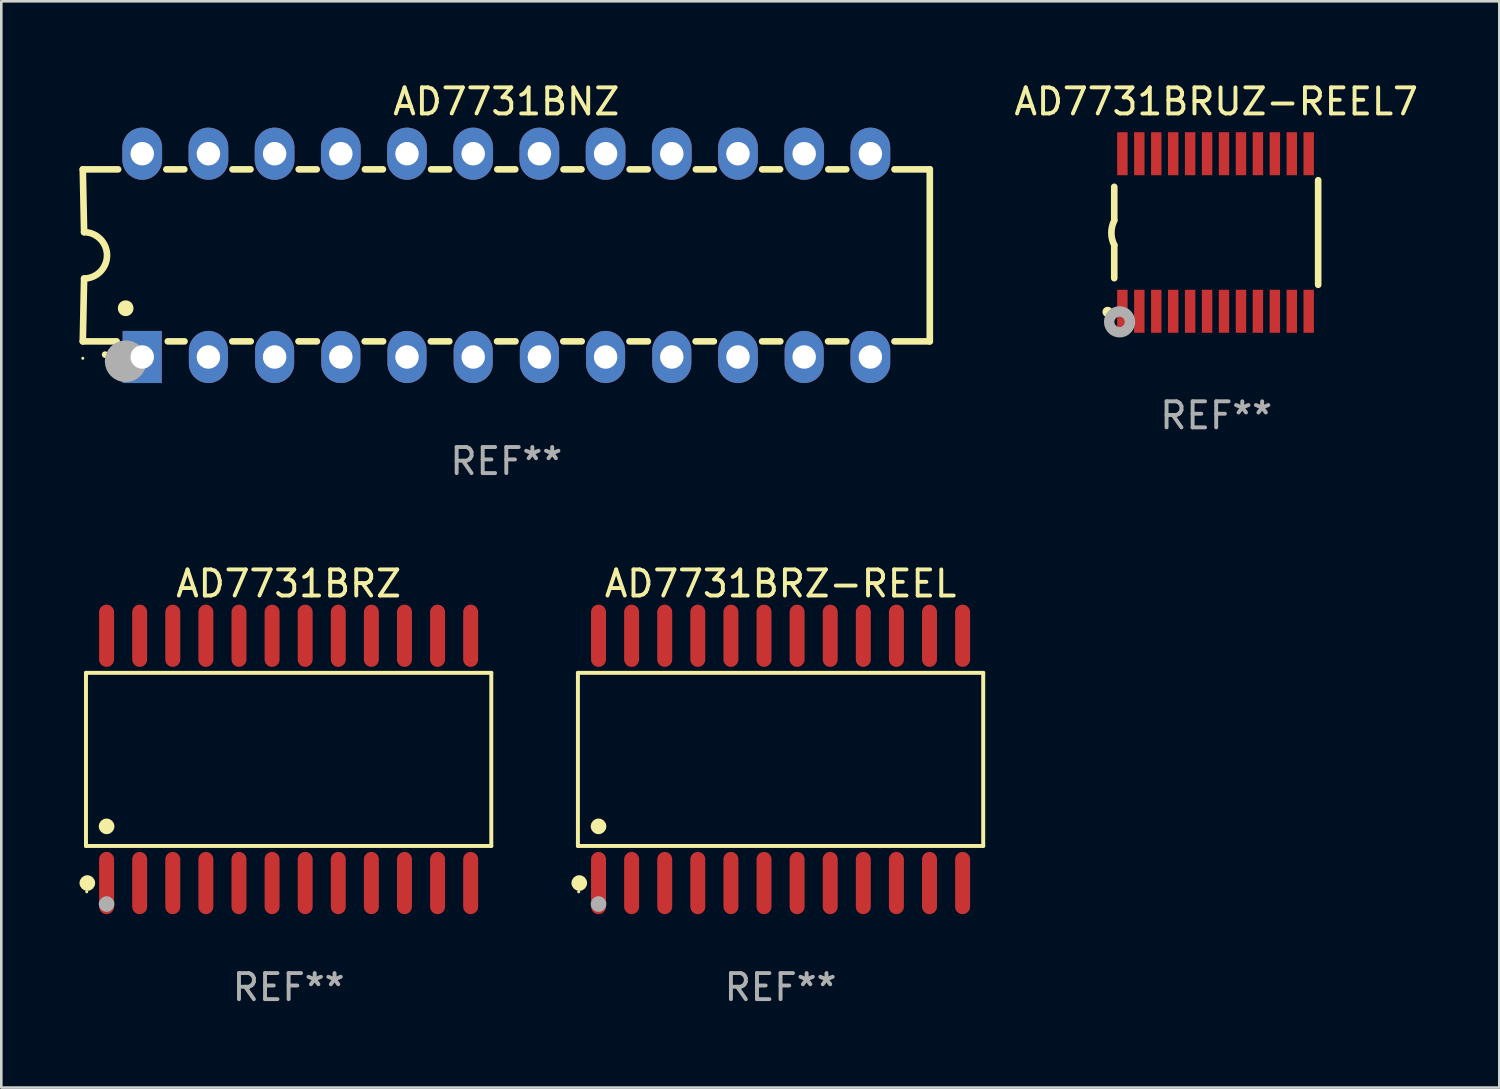
<source format=kicad_pcb>
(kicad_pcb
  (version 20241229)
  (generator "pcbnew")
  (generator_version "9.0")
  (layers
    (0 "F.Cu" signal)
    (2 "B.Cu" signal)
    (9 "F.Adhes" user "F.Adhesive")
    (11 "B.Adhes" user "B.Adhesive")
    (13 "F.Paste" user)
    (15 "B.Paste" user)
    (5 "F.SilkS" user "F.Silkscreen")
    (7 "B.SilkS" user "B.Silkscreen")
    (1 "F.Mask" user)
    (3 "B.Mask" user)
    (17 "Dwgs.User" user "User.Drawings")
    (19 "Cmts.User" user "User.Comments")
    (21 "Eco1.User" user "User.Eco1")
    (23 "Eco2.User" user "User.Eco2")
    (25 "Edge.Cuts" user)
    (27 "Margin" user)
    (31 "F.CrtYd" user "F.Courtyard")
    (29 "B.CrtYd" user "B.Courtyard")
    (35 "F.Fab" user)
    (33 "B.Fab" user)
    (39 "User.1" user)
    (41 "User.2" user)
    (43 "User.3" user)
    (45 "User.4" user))
  (footprint "AD7731BNZ"
    (layer "F.Cu")
    (at 16.377 6.748)
    (property "Reference" "AD7731BNZ" (at 0 -5.9 0) (layer "F.SilkS") (effects (font (size 1 1) (thickness 0.15))))
    (attr through_hole)
    (fp_line (start -16.25 -3.3) (end -16.2 -0.889) (stroke (width 0.254) (type solid)) (layer "F.SilkS"))
    (fp_line (start -16.25 -3.3) (end -14.895 -3.3) (stroke (width 0.254) (type solid)) (layer "F.SilkS"))
    (fp_line (start -16.25 3.3) (end -16.2 0.889) (stroke (width 0.254) (type solid)) (layer "F.SilkS"))
    (fp_line (start -16.25 3.3) (end -14.951 3.3) (stroke (width 0.254) (type solid)) (layer "F.SilkS"))
    (fp_line (start -13.045 -3.3) (end -12.355 -3.3) (stroke (width 0.254) (type solid)) (layer "F.SilkS"))
    (fp_line (start -12.989 3.3) (end -12.347 3.3) (stroke (width 0.254) (type solid)) (layer "F.SilkS"))
    (fp_line (start -10.514 3.3) (end -9.807 3.3) (stroke (width 0.254) (type solid)) (layer "F.SilkS"))
    (fp_line (start -10.505 -3.3) (end -9.815 -3.3) (stroke (width 0.254) (type solid)) (layer "F.SilkS"))
    (fp_line (start -7.974 3.3) (end -7.267 3.3) (stroke (width 0.254) (type solid)) (layer "F.SilkS"))
    (fp_line (start -7.965 -3.3) (end -7.275 -3.3) (stroke (width 0.254) (type solid)) (layer "F.SilkS"))
    (fp_line (start -5.434 3.3) (end -4.727 3.3) (stroke (width 0.254) (type solid)) (layer "F.SilkS"))
    (fp_line (start -5.425 -3.3) (end -4.735 -3.3) (stroke (width 0.254) (type solid)) (layer "F.SilkS"))
    (fp_line (start -2.894 3.3) (end -2.187 3.3) (stroke (width 0.254) (type solid)) (layer "F.SilkS"))
    (fp_line (start -2.885 -3.3) (end -2.195 -3.3) (stroke (width 0.254) (type solid)) (layer "F.SilkS"))
    (fp_line (start -0.354 3.3) (end 0.353 3.3) (stroke (width 0.254) (type solid)) (layer "F.SilkS"))
    (fp_line (start -0.345 -3.3) (end 0.345 -3.3) (stroke (width 0.254) (type solid)) (layer "F.SilkS"))
    (fp_line (start 2.186 3.3) (end 2.893 3.3) (stroke (width 0.254) (type solid)) (layer "F.SilkS"))
    (fp_line (start 2.195 -3.3) (end 2.885 -3.3) (stroke (width 0.254) (type solid)) (layer "F.SilkS"))
    (fp_line (start 4.726 3.3) (end 5.434 3.3) (stroke (width 0.254) (type solid)) (layer "F.SilkS"))
    (fp_line (start 4.735 -3.3) (end 5.425 -3.3) (stroke (width 0.254) (type solid)) (layer "F.SilkS"))
    (fp_line (start 7.266 3.3) (end 7.965 3.3) (stroke (width 0.254) (type solid)) (layer "F.SilkS"))
    (fp_line (start 7.275 -3.3) (end 7.965 -3.3) (stroke (width 0.254) (type solid)) (layer "F.SilkS"))
    (fp_line (start 9.815 -3.3) (end 10.505 -3.3) (stroke (width 0.254) (type solid)) (layer "F.SilkS"))
    (fp_line (start 9.815 3.3) (end 10.514 3.3) (stroke (width 0.254) (type solid)) (layer "F.SilkS"))
    (fp_line (start 12.346 3.3) (end 13.045 3.3) (stroke (width 0.254) (type solid)) (layer "F.SilkS"))
    (fp_line (start 12.355 -3.3) (end 13.045 -3.3) (stroke (width 0.254) (type solid)) (layer "F.SilkS"))
    (fp_line (start 16.25 -3.3) (end 14.895 -3.3) (stroke (width 0.254) (type solid)) (layer "F.SilkS"))
    (fp_line (start 16.25 -3.3) (end 16.25 3.3) (stroke (width 0.254) (type solid)) (layer "F.SilkS"))
    (fp_line (start 16.25 3.3) (end 14.895 3.3) (stroke (width 0.254) (type solid)) (layer "F.SilkS"))
    (fp_arc (start -16.201016 -0.890146) (mid -15.311429 -0.001055) (end -16.200025 0.889027) (stroke (width 0.254001) (type solid)) (layer "F.SilkS"))
    (fp_arc (start -15.394971 3.810033) (mid -15.394978 3.808763) (end -15.394971 3.807493) (stroke (width 0.25) (type solid)) (layer "F.SilkS"))
    (fp_arc (start -14.605029 2.032029) (mid -14.60504 2.029489) (end -14.605029 2.026949) (stroke (width 0.6) (type solid)) (layer "F.SilkS"))
    (fp_circle (center -16.25 3.95) (end -16.22 3.95) (stroke (width 0.06) (type solid)) (fill no) (layer "F.SilkS"))
    (fp_circle (center -14.605 4.064) (end -14.205 4.064) (stroke (width 0.8) (type solid)) (fill no) (layer "F.Fab"))
    (fp_text user "REF**" (at 0 7.9 0) (layer "F.Fab") (effects (font (size 1 1) (thickness 0.15))))
    (pad "1" thru_hole rect (at -13.97 3.9 90) (size 2 1.5) (drill 0.9) (layers "*.Cu" "*.Mask"))
    (pad "2" thru_hole oval (at -11.43 3.9 90) (size 2 1.5) (drill 0.9) (layers "*.Cu" "*.Mask"))
    (pad "3" thru_hole oval (at -8.89 3.9 90) (size 2 1.5) (drill 0.9) (layers "*.Cu" "*.Mask"))
    (pad "4" thru_hole oval (at -6.35 3.9 90) (size 2 1.5) (drill 0.9) (layers "*.Cu" "*.Mask"))
    (pad "5" thru_hole oval (at -3.81 3.9 90) (size 2 1.5) (drill 0.9) (layers "*.Cu" "*.Mask"))
    (pad "6" thru_hole oval (at -1.27 3.9 90) (size 2 1.5) (drill 0.9) (layers "*.Cu" "*.Mask"))
    (pad "7" thru_hole oval (at 1.27 3.9 90) (size 2 1.5) (drill 0.9) (layers "*.Cu" "*.Mask"))
    (pad "8" thru_hole oval (at 3.81 3.9 90) (size 2 1.5) (drill 0.9) (layers "*.Cu" "*.Mask"))
    (pad "9" thru_hole oval (at 6.35 3.9 90) (size 2 1.5) (drill 0.9) (layers "*.Cu" "*.Mask"))
    (pad "10" thru_hole oval (at 8.89 3.9 90) (size 2 1.524) (drill 0.9) (layers "*.Cu" "*.Mask"))
    (pad "11" thru_hole oval (at 11.43 3.9 90) (size 2 1.5) (drill 0.9) (layers "*.Cu" "*.Mask"))
    (pad "12" thru_hole oval (at 13.97 3.9 90) (size 2 1.524) (drill 0.9) (layers "*.Cu" "*.Mask"))
    (pad "13" thru_hole oval (at 13.97 -3.9 90) (size 2 1.524) (drill 0.9) (layers "*.Cu" "*.Mask"))
    (pad "14" thru_hole oval (at 11.43 -3.9 90) (size 2 1.524) (drill 0.9) (layers "*.Cu" "*.Mask"))
    (pad "15" thru_hole oval (at 8.89 -3.9 90) (size 2 1.524) (drill 0.9) (layers "*.Cu" "*.Mask"))
    (pad "16" thru_hole oval (at 6.35 -3.9 90) (size 2 1.524) (drill 0.9) (layers "*.Cu" "*.Mask"))
    (pad "17" thru_hole oval (at 3.81 -3.9 90) (size 2 1.524) (drill 0.9) (layers "*.Cu" "*.Mask"))
    (pad "18" thru_hole oval (at 1.27 -3.9 90) (size 2 1.524) (drill 0.9) (layers "*.Cu" "*.Mask"))
    (pad "19" thru_hole oval (at -1.27 -3.9 90) (size 2 1.524) (drill 0.9) (layers "*.Cu" "*.Mask"))
    (pad "20" thru_hole oval (at -3.81 -3.9 90) (size 2 1.524) (drill 0.9) (layers "*.Cu" "*.Mask"))
    (pad "21" thru_hole oval (at -6.35 -3.9 90) (size 2 1.524) (drill 0.9) (layers "*.Cu" "*.Mask"))
    (pad "22" thru_hole oval (at -8.89 -3.9 90) (size 2 1.524) (drill 0.9) (layers "*.Cu" "*.Mask"))
    (pad "23" thru_hole oval (at -11.43 -3.9 90) (size 2 1.524) (drill 0.9) (layers "*.Cu" "*.Mask"))
    (pad "24" thru_hole oval (at -13.97 -3.9 90) (size 2 1.524) (drill 0.9) (layers "*.Cu" "*.Mask")))
  (footprint "AD7731BRUZ-REEL7"
    (layer "F.Cu")
    (at 43.617 5.871)
    (property "Reference" "AD7731BRUZ-REEL7" (at 0 -5.023 0) (layer "F.SilkS") (effects (font (size 1 1) (thickness 0.15))))
    (attr through_hole)
    (fp_line (start -3.912 -0.483) (end -3.912 -1.753) (stroke (width 0.254) (type solid)) (layer "F.SilkS"))
    (fp_line (start -3.912 1.753) (end -3.912 0.483) (stroke (width 0.254) (type solid)) (layer "F.SilkS"))
    (fp_line (start 3.912 -2.007) (end 3.912 2.007) (stroke (width 0.254) (type solid)) (layer "F.SilkS"))
    (fp_arc (start -3.911608 0.482601) (mid -4.022537 0.0127) (end -3.911608 -0.457201) (stroke (width 0.254001) (type solid)) (layer "F.SilkS"))
    (fp_circle (center -4.166 3.048) (end -4.066 3.048) (stroke (width 0.2) (type solid)) (fill no) (layer "F.SilkS"))
    (fp_circle (center -3.925 3.186) (end -3.895 3.186) (stroke (width 0.06) (type solid)) (fill no) (layer "F.SilkS"))
    (fp_circle (center -3.708 3.429) (end -3.509 3.429) (stroke (width 0.4) (type solid)) (fill no) (layer "F.Fab"))
    (fp_text user "REF**" (at 0 7.023 0) (layer "F.Fab") (effects (font (size 1 1) (thickness 0.15))))
    (pad "1" smd rect (at -3.6 3.023) (size 0.4 1.65) (layers "F.Cu" "F.Mask" "F.Paste"))
    (pad "2" smd rect (at -2.95 3.023) (size 0.4 1.65) (layers "F.Cu" "F.Mask" "F.Paste"))
    (pad "3" smd rect (at -2.3 3.023) (size 0.4 1.65) (layers "F.Cu" "F.Mask" "F.Paste"))
    (pad "4" smd rect (at -1.65 3.023) (size 0.4 1.65) (layers "F.Cu" "F.Mask" "F.Paste"))
    (pad "5" smd rect (at -1 3.023) (size 0.4 1.65) (layers "F.Cu" "F.Mask" "F.Paste"))
    (pad "6" smd rect (at -0.35 3.023) (size 0.4 1.65) (layers "F.Cu" "F.Mask" "F.Paste"))
    (pad "7" smd rect (at 0.299 3.023) (size 0.4 1.65) (layers "F.Cu" "F.Mask" "F.Paste"))
    (pad "8" smd rect (at 0.95 3.023) (size 0.4 1.65) (layers "F.Cu" "F.Mask" "F.Paste"))
    (pad "9" smd rect (at 1.6 3.023) (size 0.4 1.65) (layers "F.Cu" "F.Mask" "F.Paste"))
    (pad "10" smd rect (at 2.25 3.023) (size 0.4 1.65) (layers "F.Cu" "F.Mask" "F.Paste"))
    (pad "11" smd rect (at 2.9 3.023) (size 0.4 1.65) (layers "F.Cu" "F.Mask" "F.Paste"))
    (pad "12" smd rect (at 3.549 3.023) (size 0.4 1.65) (layers "F.Cu" "F.Mask" "F.Paste"))
    (pad "13" smd rect (at 3.549 -3.023) (size 0.4 1.65) (layers "F.Cu" "F.Mask" "F.Paste"))
    (pad "14" smd rect (at 2.9 -3.023) (size 0.4 1.65) (layers "F.Cu" "F.Mask" "F.Paste"))
    (pad "15" smd rect (at 2.25 -3.023) (size 0.4 1.65) (layers "F.Cu" "F.Mask" "F.Paste"))
    (pad "16" smd rect (at 1.6 -3.023) (size 0.4 1.65) (layers "F.Cu" "F.Mask" "F.Paste"))
    (pad "17" smd rect (at 0.95 -3.023) (size 0.4 1.65) (layers "F.Cu" "F.Mask" "F.Paste"))
    (pad "18" smd rect (at 0.299 -3.023) (size 0.4 1.65) (layers "F.Cu" "F.Mask" "F.Paste"))
    (pad "19" smd rect (at -0.35 -3.023) (size 0.4 1.65) (layers "F.Cu" "F.Mask" "F.Paste"))
    (pad "20" smd rect (at -1 -3.023) (size 0.4 1.65) (layers "F.Cu" "F.Mask" "F.Paste"))
    (pad "21" smd rect (at -1.65 -3.023) (size 0.4 1.65) (layers "F.Cu" "F.Mask" "F.Paste"))
    (pad "22" smd rect (at -2.3 -3.023) (size 0.4 1.65) (layers "F.Cu" "F.Mask" "F.Paste"))
    (pad "23" smd rect (at -2.95 -3.023) (size 0.4 1.65) (layers "F.Cu" "F.Mask" "F.Paste"))
    (pad "24" smd rect (at -3.6 -3.023) (size 0.4 1.65) (layers "F.Cu" "F.Mask" "F.Paste")))
  (footprint "AD7731BRZ-REEL"
    (layer "F.Cu")
    (at 26.901 26.089)
    (property "Reference" "AD7731BRZ-REEL" (at 0 -6.744 0) (layer "F.SilkS") (effects (font (size 1 1) (thickness 0.15))))
    (attr through_hole)
    (fp_line (start -7.776 -3.321) (end 7.776 -3.321) (stroke (width 0.152) (type solid)) (layer "F.SilkS"))
    (fp_line (start -7.776 3.321) (end -7.776 -3.321) (stroke (width 0.152) (type solid)) (layer "F.SilkS"))
    (fp_line (start 7.776 -3.321) (end 7.776 3.321) (stroke (width 0.152) (type solid)) (layer "F.SilkS"))
    (fp_line (start 7.776 3.321) (end -7.776 3.321) (stroke (width 0.152) (type solid)) (layer "F.SilkS"))
    (fp_circle (center -7.747 5.08) (end -7.717 5.08) (stroke (width 0.06) (type solid)) (fill no) (layer "F.SilkS"))
    (fp_circle (center -7.724 4.744) (end -7.574 4.744) (stroke (width 0.3) (type solid)) (fill no) (layer "F.SilkS"))
    (fp_circle (center -6.985 2.569) (end -6.835 2.569) (stroke (width 0.3) (type solid)) (fill no) (layer "F.SilkS"))
    (fp_circle (center -6.985 5.55) (end -6.835 5.55) (stroke (width 0.3) (type solid)) (fill no) (layer "F.Fab"))
    (fp_text user "REF**" (at 0 8.744 0) (layer "F.Fab") (effects (font (size 1 1) (thickness 0.15))))
    (pad "1" smd oval (at -6.985 4.744) (size 0.574 2.388) (layers "F.Cu" "F.Mask" "F.Paste"))
    (pad "2" smd oval (at -5.715 4.744) (size 0.574 2.388) (layers "F.Cu" "F.Mask" "F.Paste"))
    (pad "3" smd oval (at -4.445 4.744) (size 0.574 2.388) (layers "F.Cu" "F.Mask" "F.Paste"))
    (pad "4" smd oval (at -3.175 4.744) (size 0.574 2.388) (layers "F.Cu" "F.Mask" "F.Paste"))
    (pad "5" smd oval (at -1.905 4.744) (size 0.574 2.388) (layers "F.Cu" "F.Mask" "F.Paste"))
    (pad "6" smd oval (at -0.635 4.744) (size 0.574 2.388) (layers "F.Cu" "F.Mask" "F.Paste"))
    (pad "7" smd oval (at 0.635 4.744) (size 0.574 2.388) (layers "F.Cu" "F.Mask" "F.Paste"))
    (pad "8" smd oval (at 1.905 4.744) (size 0.574 2.388) (layers "F.Cu" "F.Mask" "F.Paste"))
    (pad "9" smd oval (at 3.175 4.744) (size 0.574 2.388) (layers "F.Cu" "F.Mask" "F.Paste"))
    (pad "10" smd oval (at 4.445 4.744) (size 0.574 2.388) (layers "F.Cu" "F.Mask" "F.Paste"))
    (pad "11" smd oval (at 5.715 4.744) (size 0.574 2.388) (layers "F.Cu" "F.Mask" "F.Paste"))
    (pad "12" smd oval (at 6.985 4.744) (size 0.574 2.388) (layers "F.Cu" "F.Mask" "F.Paste"))
    (pad "13" smd oval (at 6.985 -4.744) (size 0.574 2.388) (layers "F.Cu" "F.Mask" "F.Paste"))
    (pad "14" smd oval (at 5.715 -4.744) (size 0.574 2.388) (layers "F.Cu" "F.Mask" "F.Paste"))
    (pad "15" smd oval (at 4.445 -4.744) (size 0.574 2.388) (layers "F.Cu" "F.Mask" "F.Paste"))
    (pad "16" smd oval (at 3.175 -4.744) (size 0.574 2.388) (layers "F.Cu" "F.Mask" "F.Paste"))
    (pad "17" smd oval (at 1.905 -4.744) (size 0.574 2.388) (layers "F.Cu" "F.Mask" "F.Paste"))
    (pad "18" smd oval (at 0.635 -4.744) (size 0.574 2.388) (layers "F.Cu" "F.Mask" "F.Paste"))
    (pad "19" smd oval (at -0.635 -4.744) (size 0.574 2.388) (layers "F.Cu" "F.Mask" "F.Paste"))
    (pad "20" smd oval (at -1.905 -4.744) (size 0.574 2.388) (layers "F.Cu" "F.Mask" "F.Paste"))
    (pad "21" smd oval (at -3.175 -4.744) (size 0.574 2.388) (layers "F.Cu" "F.Mask" "F.Paste"))
    (pad "22" smd oval (at -4.445 -4.744) (size 0.574 2.388) (layers "F.Cu" "F.Mask" "F.Paste"))
    (pad "23" smd oval (at -5.715 -4.744) (size 0.574 2.388) (layers "F.Cu" "F.Mask" "F.Paste"))
    (pad "24" smd oval (at -6.985 -4.744) (size 0.574 2.388) (layers "F.Cu" "F.Mask" "F.Paste")))
  (footprint "AD7731BRZ"
    (layer "F.Cu")
    (at 8.025 26.089)
    (property "Reference" "AD7731BRZ" (at 0 -6.744 0) (layer "F.SilkS") (effects (font (size 1 1) (thickness 0.15))))
    (attr through_hole)
    (fp_line (start -7.776 -3.321) (end 7.776 -3.321) (stroke (width 0.152) (type solid)) (layer "F.SilkS"))
    (fp_line (start -7.776 3.321) (end -7.776 -3.321) (stroke (width 0.152) (type solid)) (layer "F.SilkS"))
    (fp_line (start 7.776 -3.321) (end 7.776 3.321) (stroke (width 0.152) (type solid)) (layer "F.SilkS"))
    (fp_line (start 7.776 3.321) (end -7.776 3.321) (stroke (width 0.152) (type solid)) (layer "F.SilkS"))
    (fp_circle (center -7.747 5.08) (end -7.717 5.08) (stroke (width 0.06) (type solid)) (fill no) (layer "F.SilkS"))
    (fp_circle (center -7.724 4.744) (end -7.574 4.744) (stroke (width 0.3) (type solid)) (fill no) (layer "F.SilkS"))
    (fp_circle (center -6.985 2.569) (end -6.835 2.569) (stroke (width 0.3) (type solid)) (fill no) (layer "F.SilkS"))
    (fp_circle (center -6.985 5.55) (end -6.835 5.55) (stroke (width 0.3) (type solid)) (fill no) (layer "F.Fab"))
    (fp_text user "REF**" (at 0 8.744 0) (layer "F.Fab") (effects (font (size 1 1) (thickness 0.15))))
    (pad "1" smd oval (at -6.985 4.744) (size 0.574 2.388) (layers "F.Cu" "F.Mask" "F.Paste"))
    (pad "2" smd oval (at -5.715 4.744) (size 0.574 2.388) (layers "F.Cu" "F.Mask" "F.Paste"))
    (pad "3" smd oval (at -4.445 4.744) (size 0.574 2.388) (layers "F.Cu" "F.Mask" "F.Paste"))
    (pad "4" smd oval (at -3.175 4.744) (size 0.574 2.388) (layers "F.Cu" "F.Mask" "F.Paste"))
    (pad "5" smd oval (at -1.905 4.744) (size 0.574 2.388) (layers "F.Cu" "F.Mask" "F.Paste"))
    (pad "6" smd oval (at -0.635 4.744) (size 0.574 2.388) (layers "F.Cu" "F.Mask" "F.Paste"))
    (pad "7" smd oval (at 0.635 4.744) (size 0.574 2.388) (layers "F.Cu" "F.Mask" "F.Paste"))
    (pad "8" smd oval (at 1.905 4.744) (size 0.574 2.388) (layers "F.Cu" "F.Mask" "F.Paste"))
    (pad "9" smd oval (at 3.175 4.744) (size 0.574 2.388) (layers "F.Cu" "F.Mask" "F.Paste"))
    (pad "10" smd oval (at 4.445 4.744) (size 0.574 2.388) (layers "F.Cu" "F.Mask" "F.Paste"))
    (pad "11" smd oval (at 5.715 4.744) (size 0.574 2.388) (layers "F.Cu" "F.Mask" "F.Paste"))
    (pad "12" smd oval (at 6.985 4.744) (size 0.574 2.388) (layers "F.Cu" "F.Mask" "F.Paste"))
    (pad "13" smd oval (at 6.985 -4.744) (size 0.574 2.388) (layers "F.Cu" "F.Mask" "F.Paste"))
    (pad "14" smd oval (at 5.715 -4.744) (size 0.574 2.388) (layers "F.Cu" "F.Mask" "F.Paste"))
    (pad "15" smd oval (at 4.445 -4.744) (size 0.574 2.388) (layers "F.Cu" "F.Mask" "F.Paste"))
    (pad "16" smd oval (at 3.175 -4.744) (size 0.574 2.388) (layers "F.Cu" "F.Mask" "F.Paste"))
    (pad "17" smd oval (at 1.905 -4.744) (size 0.574 2.388) (layers "F.Cu" "F.Mask" "F.Paste"))
    (pad "18" smd oval (at 0.635 -4.744) (size 0.574 2.388) (layers "F.Cu" "F.Mask" "F.Paste"))
    (pad "19" smd oval (at -0.635 -4.744) (size 0.574 2.388) (layers "F.Cu" "F.Mask" "F.Paste"))
    (pad "20" smd oval (at -1.905 -4.744) (size 0.574 2.388) (layers "F.Cu" "F.Mask" "F.Paste"))
    (pad "21" smd oval (at -3.175 -4.744) (size 0.574 2.388) (layers "F.Cu" "F.Mask" "F.Paste"))
    (pad "22" smd oval (at -4.445 -4.744) (size 0.574 2.388) (layers "F.Cu" "F.Mask" "F.Paste"))
    (pad "23" smd oval (at -5.715 -4.744) (size 0.574 2.388) (layers "F.Cu" "F.Mask" "F.Paste"))
    (pad "24" smd oval (at -6.985 -4.744) (size 0.574 2.388) (layers "F.Cu" "F.Mask" "F.Paste")))
  (gr_rect
    (start -3 -3)
    (end 54.48 38.681)
    (stroke (width 0.1) (type default))
    (fill no)
    (layer "Edge.Cuts")))
</source>
